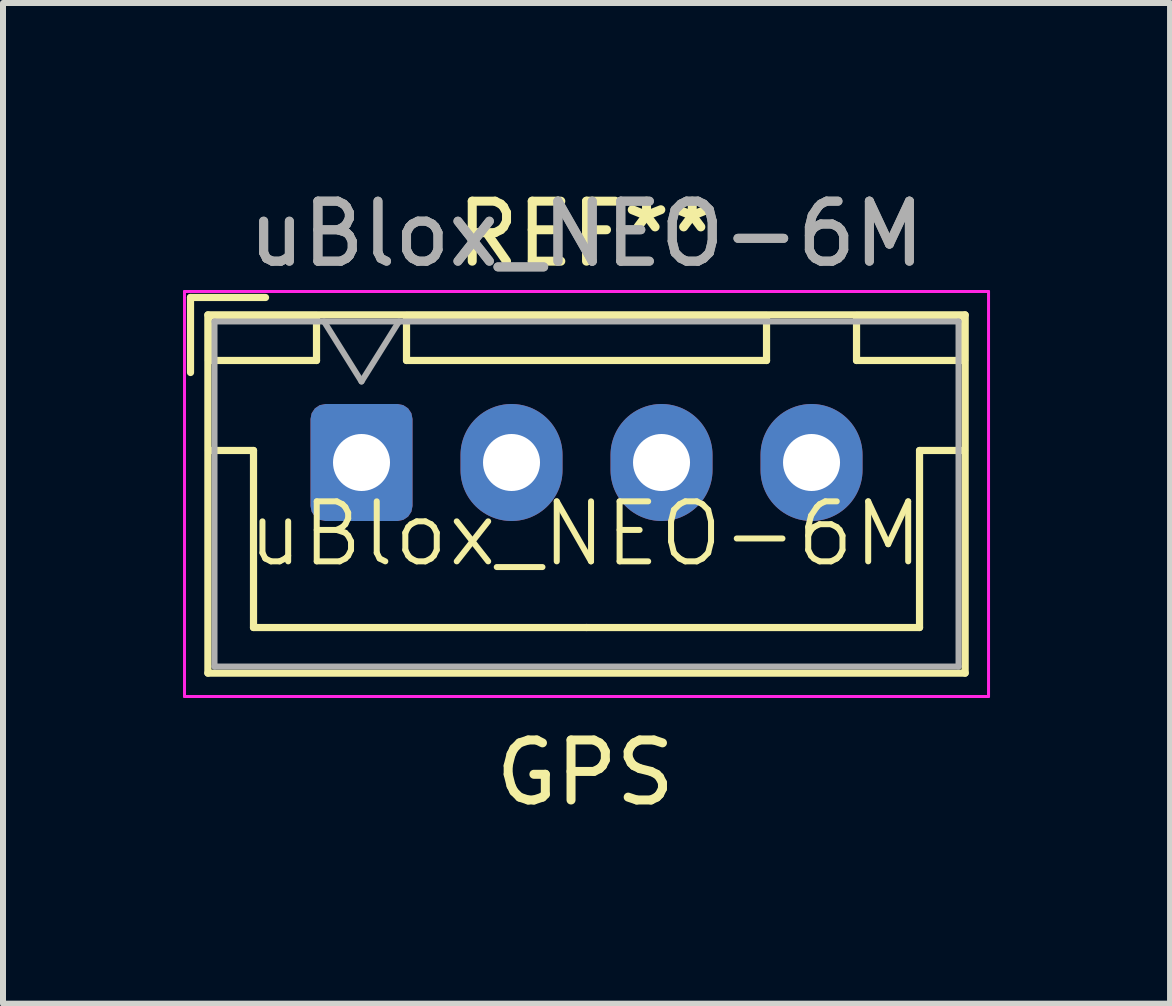
<source format=kicad_pcb>
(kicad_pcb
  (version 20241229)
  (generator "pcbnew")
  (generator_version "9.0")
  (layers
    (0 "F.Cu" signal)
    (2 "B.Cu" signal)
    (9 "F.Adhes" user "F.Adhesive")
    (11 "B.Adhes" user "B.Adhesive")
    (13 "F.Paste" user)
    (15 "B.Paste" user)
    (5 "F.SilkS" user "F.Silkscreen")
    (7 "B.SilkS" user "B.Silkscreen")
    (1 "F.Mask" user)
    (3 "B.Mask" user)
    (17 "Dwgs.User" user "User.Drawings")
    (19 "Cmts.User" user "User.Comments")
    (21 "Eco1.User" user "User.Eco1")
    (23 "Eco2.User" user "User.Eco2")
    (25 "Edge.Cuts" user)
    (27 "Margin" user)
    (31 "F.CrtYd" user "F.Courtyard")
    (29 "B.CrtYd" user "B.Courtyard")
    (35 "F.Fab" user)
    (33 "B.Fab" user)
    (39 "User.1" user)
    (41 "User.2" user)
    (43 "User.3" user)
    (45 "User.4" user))
  (footprint "uBlox_NEO-6M"
    (layer "F.Cu")
    (at 6.705 4.748)
    (property "Reference" "uBlox_NEO-6M" (at 0 1.1 0) (unlocked yes) (layer "F.SilkS") (effects (font (size 1 1) (thickness 0.1))))
    (attr smd)
    (fp_line (start -6.58 -2.84) (end -6.58 -1.59) (stroke (width 0.12) (type solid)) (layer "F.SilkS"))
    (fp_line (start -6.29 -2.55) (end -6.29 3.42) (stroke (width 0.12) (type solid)) (layer "F.SilkS"))
    (fp_line (start -6.29 3.42) (end 6.33 3.42) (stroke (width 0.12) (type solid)) (layer "F.SilkS"))
    (fp_line (start -6.28 -2.54) (end -6.28 -1.79) (stroke (width 0.12) (type solid)) (layer "F.SilkS"))
    (fp_line (start -6.28 -1.79) (end -4.48 -1.79) (stroke (width 0.12) (type solid)) (layer "F.SilkS"))
    (fp_line (start -6.28 -0.29) (end -5.53 -0.29) (stroke (width 0.12) (type solid)) (layer "F.SilkS"))
    (fp_line (start -5.53 -0.29) (end -5.53 2.66) (stroke (width 0.12) (type solid)) (layer "F.SilkS"))
    (fp_line (start -5.53 2.66) (end 0.02 2.66) (stroke (width 0.12) (type solid)) (layer "F.SilkS"))
    (fp_line (start -5.33 -2.84) (end -6.58 -2.84) (stroke (width 0.12) (type solid)) (layer "F.SilkS"))
    (fp_line (start -4.48 -2.54) (end -6.28 -2.54) (stroke (width 0.12) (type solid)) (layer "F.SilkS"))
    (fp_line (start -4.48 -1.79) (end -4.48 -2.54) (stroke (width 0.12) (type solid)) (layer "F.SilkS"))
    (fp_line (start -2.98 -2.54) (end -2.98 -1.79) (stroke (width 0.12) (type solid)) (layer "F.SilkS"))
    (fp_line (start -2.98 -1.79) (end 3.02 -1.79) (stroke (width 0.12) (type solid)) (layer "F.SilkS"))
    (fp_line (start 3.02 -2.54) (end -2.98 -2.54) (stroke (width 0.12) (type solid)) (layer "F.SilkS"))
    (fp_line (start 3.02 -1.79) (end 3.02 -2.54) (stroke (width 0.12) (type solid)) (layer "F.SilkS"))
    (fp_line (start 4.52 -2.54) (end 4.52 -1.79) (stroke (width 0.12) (type solid)) (layer "F.SilkS"))
    (fp_line (start 4.52 -1.79) (end 6.32 -1.79) (stroke (width 0.12) (type solid)) (layer "F.SilkS"))
    (fp_line (start 5.57 -0.29) (end 5.57 2.66) (stroke (width 0.12) (type solid)) (layer "F.SilkS"))
    (fp_line (start 5.57 2.66) (end 0.02 2.66) (stroke (width 0.12) (type solid)) (layer "F.SilkS"))
    (fp_line (start 6.32 -2.54) (end 4.52 -2.54) (stroke (width 0.12) (type solid)) (layer "F.SilkS"))
    (fp_line (start 6.32 -1.79) (end 6.32 -2.54) (stroke (width 0.12) (type solid)) (layer "F.SilkS"))
    (fp_line (start 6.32 -0.29) (end 5.57 -0.29) (stroke (width 0.12) (type solid)) (layer "F.SilkS"))
    (fp_line (start 6.33 -2.55) (end -6.29 -2.55) (stroke (width 0.12) (type solid)) (layer "F.SilkS"))
    (fp_line (start 6.33 3.42) (end 6.33 -2.55) (stroke (width 0.12) (type solid)) (layer "F.SilkS"))
    (fp_line (start -6.68 -2.94) (end -6.68 3.81) (stroke (width 0.05) (type solid)) (layer "F.CrtYd"))
    (fp_line (start -6.68 3.81) (end 6.72 3.81) (stroke (width 0.05) (type solid)) (layer "F.CrtYd"))
    (fp_line (start 6.72 -2.94) (end -6.68 -2.94) (stroke (width 0.05) (type solid)) (layer "F.CrtYd"))
    (fp_line (start 6.72 3.81) (end 6.72 -2.94) (stroke (width 0.05) (type solid)) (layer "F.CrtYd"))
    (fp_line (start -6.18 -2.44) (end -6.18 3.31) (stroke (width 0.1) (type solid)) (layer "F.Fab"))
    (fp_line (start -6.18 3.31) (end 6.22 3.31) (stroke (width 0.1) (type solid)) (layer "F.Fab"))
    (fp_line (start -4.355 -2.44) (end -3.73 -1.44) (stroke (width 0.1) (type solid)) (layer "F.Fab"))
    (fp_line (start -3.73 -1.44) (end -3.105 -2.44) (stroke (width 0.1) (type solid)) (layer "F.Fab"))
    (fp_line (start 6.22 -2.44) (end -6.18 -2.44) (stroke (width 0.1) (type solid)) (layer "F.Fab"))
    (fp_line (start 6.22 3.31) (end 6.22 -2.44) (stroke (width 0.1) (type solid)) (layer "F.Fab"))
    (fp_text user "GPS" (at 0 5.08 0) (unlocked yes) (layer "F.SilkS") (effects (font (size 1 1) (thickness 0.15))))
    (fp_text user "REF**" (at 0.02 -3.9 0) (unlocked yes) (layer "F.SilkS") (effects (font (size 1 1) (thickness 0.15))))
    (fp_text user "${REFERENCE}" (at 0.02 -3.9 0) (unlocked yes) (layer "F.Fab") (effects (font (size 1 1) (thickness 0.15))))
    (fp_text user "uBlox_NEO-6M" (at 0.02 -3.9 0) (unlocked yes) (layer "F.Fab") (effects (font (size 1 1) (thickness 0.15))))
    (pad "1" thru_hole roundrect (at -3.73 -0.09) (size 1.7 1.95) (drill 0.95) (layers "*.Cu" "*.Mask") (roundrect_rratio 0.147))
    (pad "2" thru_hole oval (at -1.23 -0.09) (size 1.7 1.95) (drill 0.95) (layers "*.Cu" "*.Mask"))
    (pad "3" thru_hole oval (at 1.27 -0.09) (size 1.7 1.95) (drill 0.95) (layers "*.Cu" "*.Mask"))
    (pad "4" thru_hole oval (at 3.77 -0.09) (size 1.7 1.95) (drill 0.95) (layers "*.Cu" "*.Mask")))
  (gr_rect
    (start -3 -3)
    (end 16.45 13.677)
    (stroke (width 0.1) (type default))
    (fill no)
    (layer "Edge.Cuts")))
</source>
